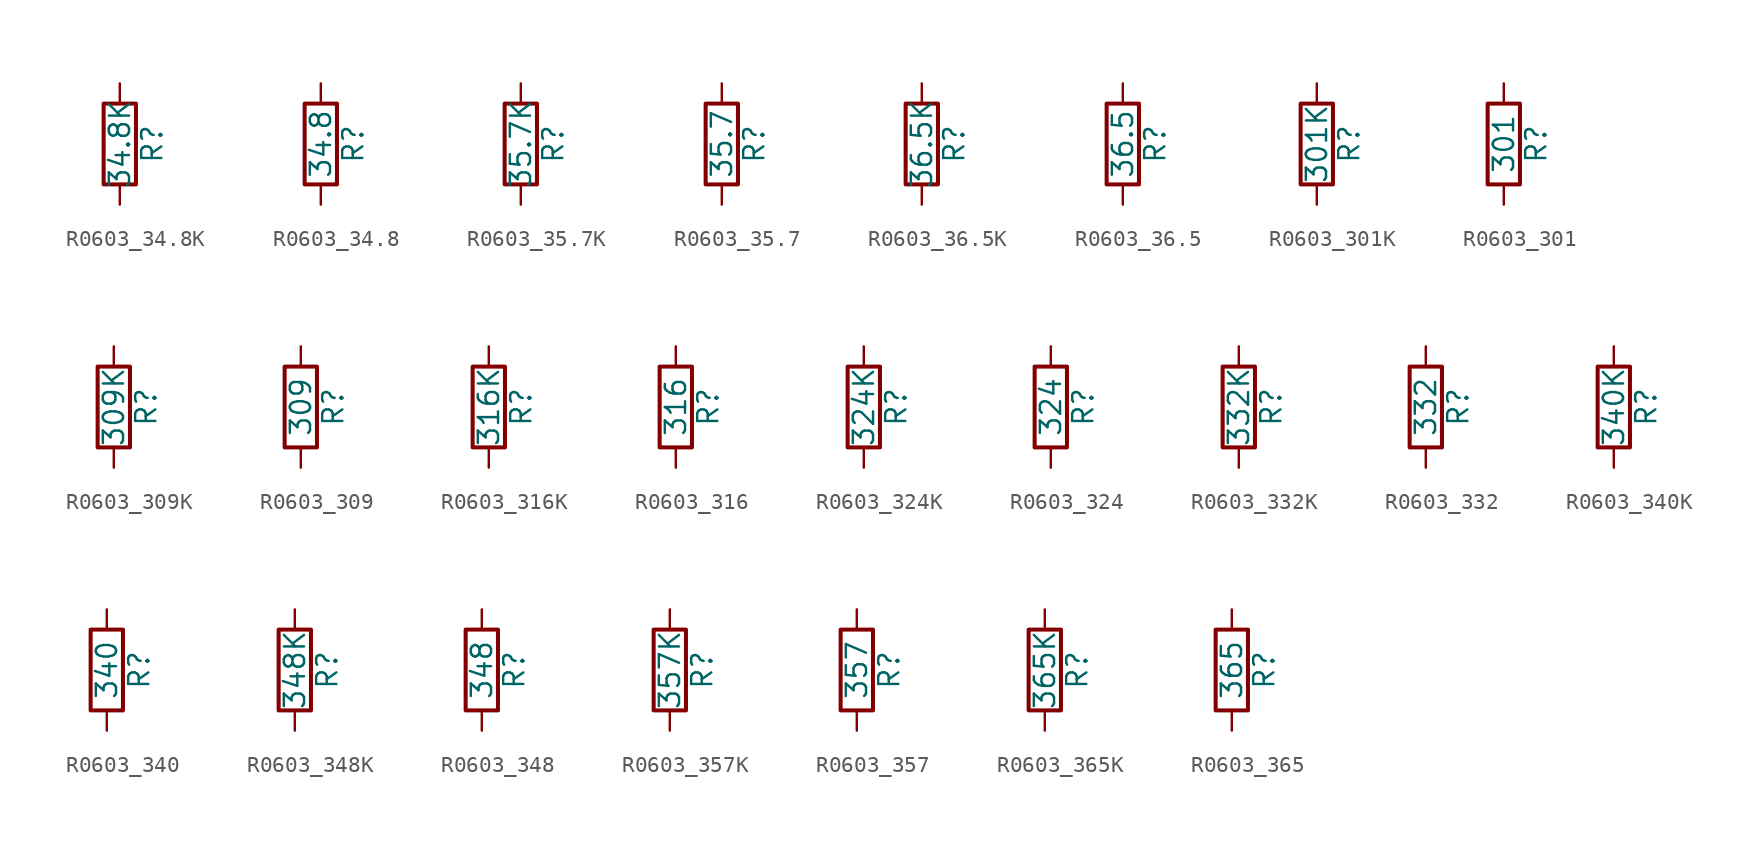
<source format=kicad_sym>
(kicad_symbol_lib
  (version 20211014)
  (generator atlantix-eda)
  (symbol "R0603_34.8K"
    (pin_numbers hide)
    (pin_names
      (offset 0))
    (property "Reference" "R"
      (at 2.032 0 90)
      (effects (font (size 1.27 1.27))))
    (property "Value" "34.8K"
      (at 0 0 90)
      (effects (font (size 1.27 1.27))))
    (symbol "R0603_34.8K_0_1"
      (rectangle (start -1.016 -2.54) (end 1.016 2.54) (stroke (width 0.254) (type default) (color 0 0 0 0)) (fill (type none))))
    (symbol "R0603_34.8K_1_1"
      (pin passive line (at 0 3.81 270) (length 1.27) (name "~" (effects (font (size 1.27 1.27)))) (number "1" (effects (font (size 1.27 1.27)))))
      (pin passive line (at 0 -3.81 90) (length 1.27) (name "~" (effects (font (size 1.27 1.27)))) (number "2" (effects (font (size 1.27 1.27)))))))
  (symbol "R0603_34.8"
    (pin_numbers hide)
    (pin_names
      (offset 0))
    (property "Reference" "R"
      (at 2.032 0 90)
      (effects (font (size 1.27 1.27))))
    (property "Value" "34.8"
      (at 0 0 90)
      (effects (font (size 1.27 1.27))))
    (symbol "R0603_34.8_0_1"
      (rectangle (start -1.016 -2.54) (end 1.016 2.54) (stroke (width 0.254) (type default) (color 0 0 0 0)) (fill (type none))))
    (symbol "R0603_34.8_1_1"
      (pin passive line (at 0 3.81 270) (length 1.27) (name "~" (effects (font (size 1.27 1.27)))) (number "1" (effects (font (size 1.27 1.27)))))
      (pin passive line (at 0 -3.81 90) (length 1.27) (name "~" (effects (font (size 1.27 1.27)))) (number "2" (effects (font (size 1.27 1.27)))))))
  (symbol "R0603_35.7K"
    (pin_numbers hide)
    (pin_names
      (offset 0))
    (property "Reference" "R"
      (at 2.032 0 90)
      (effects (font (size 1.27 1.27))))
    (property "Value" "35.7K"
      (at 0 0 90)
      (effects (font (size 1.27 1.27))))
    (symbol "R0603_35.7K_0_1"
      (rectangle (start -1.016 -2.54) (end 1.016 2.54) (stroke (width 0.254) (type default) (color 0 0 0 0)) (fill (type none))))
    (symbol "R0603_35.7K_1_1"
      (pin passive line (at 0 3.81 270) (length 1.27) (name "~" (effects (font (size 1.27 1.27)))) (number "1" (effects (font (size 1.27 1.27)))))
      (pin passive line (at 0 -3.81 90) (length 1.27) (name "~" (effects (font (size 1.27 1.27)))) (number "2" (effects (font (size 1.27 1.27)))))))
  (symbol "R0603_35.7"
    (pin_numbers hide)
    (pin_names
      (offset 0))
    (property "Reference" "R"
      (at 2.032 0 90)
      (effects (font (size 1.27 1.27))))
    (property "Value" "35.7"
      (at 0 0 90)
      (effects (font (size 1.27 1.27))))
    (symbol "R0603_35.7_0_1"
      (rectangle (start -1.016 -2.54) (end 1.016 2.54) (stroke (width 0.254) (type default) (color 0 0 0 0)) (fill (type none))))
    (symbol "R0603_35.7_1_1"
      (pin passive line (at 0 3.81 270) (length 1.27) (name "~" (effects (font (size 1.27 1.27)))) (number "1" (effects (font (size 1.27 1.27)))))
      (pin passive line (at 0 -3.81 90) (length 1.27) (name "~" (effects (font (size 1.27 1.27)))) (number "2" (effects (font (size 1.27 1.27)))))))
  (symbol "R0603_36.5K"
    (pin_numbers hide)
    (pin_names
      (offset 0))
    (property "Reference" "R"
      (at 2.032 0 90)
      (effects (font (size 1.27 1.27))))
    (property "Value" "36.5K"
      (at 0 0 90)
      (effects (font (size 1.27 1.27))))
    (symbol "R0603_36.5K_0_1"
      (rectangle (start -1.016 -2.54) (end 1.016 2.54) (stroke (width 0.254) (type default) (color 0 0 0 0)) (fill (type none))))
    (symbol "R0603_36.5K_1_1"
      (pin passive line (at 0 3.81 270) (length 1.27) (name "~" (effects (font (size 1.27 1.27)))) (number "1" (effects (font (size 1.27 1.27)))))
      (pin passive line (at 0 -3.81 90) (length 1.27) (name "~" (effects (font (size 1.27 1.27)))) (number "2" (effects (font (size 1.27 1.27)))))))
  (symbol "R0603_36.5"
    (pin_numbers hide)
    (pin_names
      (offset 0))
    (property "Reference" "R"
      (at 2.032 0 90)
      (effects (font (size 1.27 1.27))))
    (property "Value" "36.5"
      (at 0 0 90)
      (effects (font (size 1.27 1.27))))
    (symbol "R0603_36.5_0_1"
      (rectangle (start -1.016 -2.54) (end 1.016 2.54) (stroke (width 0.254) (type default) (color 0 0 0 0)) (fill (type none))))
    (symbol "R0603_36.5_1_1"
      (pin passive line (at 0 3.81 270) (length 1.27) (name "~" (effects (font (size 1.27 1.27)))) (number "1" (effects (font (size 1.27 1.27)))))
      (pin passive line (at 0 -3.81 90) (length 1.27) (name "~" (effects (font (size 1.27 1.27)))) (number "2" (effects (font (size 1.27 1.27)))))))
  (symbol "R0603_301K"
    (pin_numbers hide)
    (pin_names
      (offset 0))
    (property "Reference" "R"
      (at 2.032 0 90)
      (effects (font (size 1.27 1.27))))
    (property "Value" "301K"
      (at 0 0 90)
      (effects (font (size 1.27 1.27))))
    (symbol "R0603_301K_0_1"
      (rectangle (start -1.016 -2.54) (end 1.016 2.54) (stroke (width 0.254) (type default) (color 0 0 0 0)) (fill (type none))))
    (symbol "R0603_301K_1_1"
      (pin passive line (at 0 3.81 270) (length 1.27) (name "~" (effects (font (size 1.27 1.27)))) (number "1" (effects (font (size 1.27 1.27)))))
      (pin passive line (at 0 -3.81 90) (length 1.27) (name "~" (effects (font (size 1.27 1.27)))) (number "2" (effects (font (size 1.27 1.27)))))))
  (symbol "R0603_301"
    (pin_numbers hide)
    (pin_names
      (offset 0))
    (property "Reference" "R"
      (at 2.032 0 90)
      (effects (font (size 1.27 1.27))))
    (property "Value" "301"
      (at 0 0 90)
      (effects (font (size 1.27 1.27))))
    (symbol "R0603_301_0_1"
      (rectangle (start -1.016 -2.54) (end 1.016 2.54) (stroke (width 0.254) (type default) (color 0 0 0 0)) (fill (type none))))
    (symbol "R0603_301_1_1"
      (pin passive line (at 0 3.81 270) (length 1.27) (name "~" (effects (font (size 1.27 1.27)))) (number "1" (effects (font (size 1.27 1.27)))))
      (pin passive line (at 0 -3.81 90) (length 1.27) (name "~" (effects (font (size 1.27 1.27)))) (number "2" (effects (font (size 1.27 1.27)))))))
  (symbol "R0603_309K"
    (pin_numbers hide)
    (pin_names
      (offset 0))
    (property "Reference" "R"
      (at 2.032 0 90)
      (effects (font (size 1.27 1.27))))
    (property "Value" "309K"
      (at 0 0 90)
      (effects (font (size 1.27 1.27))))
    (symbol "R0603_309K_0_1"
      (rectangle (start -1.016 -2.54) (end 1.016 2.54) (stroke (width 0.254) (type default) (color 0 0 0 0)) (fill (type none))))
    (symbol "R0603_309K_1_1"
      (pin passive line (at 0 3.81 270) (length 1.27) (name "~" (effects (font (size 1.27 1.27)))) (number "1" (effects (font (size 1.27 1.27)))))
      (pin passive line (at 0 -3.81 90) (length 1.27) (name "~" (effects (font (size 1.27 1.27)))) (number "2" (effects (font (size 1.27 1.27)))))))
  (symbol "R0603_309"
    (pin_numbers hide)
    (pin_names
      (offset 0))
    (property "Reference" "R"
      (at 2.032 0 90)
      (effects (font (size 1.27 1.27))))
    (property "Value" "309"
      (at 0 0 90)
      (effects (font (size 1.27 1.27))))
    (symbol "R0603_309_0_1"
      (rectangle (start -1.016 -2.54) (end 1.016 2.54) (stroke (width 0.254) (type default) (color 0 0 0 0)) (fill (type none))))
    (symbol "R0603_309_1_1"
      (pin passive line (at 0 3.81 270) (length 1.27) (name "~" (effects (font (size 1.27 1.27)))) (number "1" (effects (font (size 1.27 1.27)))))
      (pin passive line (at 0 -3.81 90) (length 1.27) (name "~" (effects (font (size 1.27 1.27)))) (number "2" (effects (font (size 1.27 1.27)))))))
  (symbol "R0603_316K"
    (pin_numbers hide)
    (pin_names
      (offset 0))
    (property "Reference" "R"
      (at 2.032 0 90)
      (effects (font (size 1.27 1.27))))
    (property "Value" "316K"
      (at 0 0 90)
      (effects (font (size 1.27 1.27))))
    (symbol "R0603_316K_0_1"
      (rectangle (start -1.016 -2.54) (end 1.016 2.54) (stroke (width 0.254) (type default) (color 0 0 0 0)) (fill (type none))))
    (symbol "R0603_316K_1_1"
      (pin passive line (at 0 3.81 270) (length 1.27) (name "~" (effects (font (size 1.27 1.27)))) (number "1" (effects (font (size 1.27 1.27)))))
      (pin passive line (at 0 -3.81 90) (length 1.27) (name "~" (effects (font (size 1.27 1.27)))) (number "2" (effects (font (size 1.27 1.27)))))))
  (symbol "R0603_316"
    (pin_numbers hide)
    (pin_names
      (offset 0))
    (property "Reference" "R"
      (at 2.032 0 90)
      (effects (font (size 1.27 1.27))))
    (property "Value" "316"
      (at 0 0 90)
      (effects (font (size 1.27 1.27))))
    (symbol "R0603_316_0_1"
      (rectangle (start -1.016 -2.54) (end 1.016 2.54) (stroke (width 0.254) (type default) (color 0 0 0 0)) (fill (type none))))
    (symbol "R0603_316_1_1"
      (pin passive line (at 0 3.81 270) (length 1.27) (name "~" (effects (font (size 1.27 1.27)))) (number "1" (effects (font (size 1.27 1.27)))))
      (pin passive line (at 0 -3.81 90) (length 1.27) (name "~" (effects (font (size 1.27 1.27)))) (number "2" (effects (font (size 1.27 1.27)))))))
  (symbol "R0603_324K"
    (pin_numbers hide)
    (pin_names
      (offset 0))
    (property "Reference" "R"
      (at 2.032 0 90)
      (effects (font (size 1.27 1.27))))
    (property "Value" "324K"
      (at 0 0 90)
      (effects (font (size 1.27 1.27))))
    (symbol "R0603_324K_0_1"
      (rectangle (start -1.016 -2.54) (end 1.016 2.54) (stroke (width 0.254) (type default) (color 0 0 0 0)) (fill (type none))))
    (symbol "R0603_324K_1_1"
      (pin passive line (at 0 3.81 270) (length 1.27) (name "~" (effects (font (size 1.27 1.27)))) (number "1" (effects (font (size 1.27 1.27)))))
      (pin passive line (at 0 -3.81 90) (length 1.27) (name "~" (effects (font (size 1.27 1.27)))) (number "2" (effects (font (size 1.27 1.27)))))))
  (symbol "R0603_324"
    (pin_numbers hide)
    (pin_names
      (offset 0))
    (property "Reference" "R"
      (at 2.032 0 90)
      (effects (font (size 1.27 1.27))))
    (property "Value" "324"
      (at 0 0 90)
      (effects (font (size 1.27 1.27))))
    (symbol "R0603_324_0_1"
      (rectangle (start -1.016 -2.54) (end 1.016 2.54) (stroke (width 0.254) (type default) (color 0 0 0 0)) (fill (type none))))
    (symbol "R0603_324_1_1"
      (pin passive line (at 0 3.81 270) (length 1.27) (name "~" (effects (font (size 1.27 1.27)))) (number "1" (effects (font (size 1.27 1.27)))))
      (pin passive line (at 0 -3.81 90) (length 1.27) (name "~" (effects (font (size 1.27 1.27)))) (number "2" (effects (font (size 1.27 1.27)))))))
  (symbol "R0603_332K"
    (pin_numbers hide)
    (pin_names
      (offset 0))
    (property "Reference" "R"
      (at 2.032 0 90)
      (effects (font (size 1.27 1.27))))
    (property "Value" "332K"
      (at 0 0 90)
      (effects (font (size 1.27 1.27))))
    (symbol "R0603_332K_0_1"
      (rectangle (start -1.016 -2.54) (end 1.016 2.54) (stroke (width 0.254) (type default) (color 0 0 0 0)) (fill (type none))))
    (symbol "R0603_332K_1_1"
      (pin passive line (at 0 3.81 270) (length 1.27) (name "~" (effects (font (size 1.27 1.27)))) (number "1" (effects (font (size 1.27 1.27)))))
      (pin passive line (at 0 -3.81 90) (length 1.27) (name "~" (effects (font (size 1.27 1.27)))) (number "2" (effects (font (size 1.27 1.27)))))))
  (symbol "R0603_332"
    (pin_numbers hide)
    (pin_names
      (offset 0))
    (property "Reference" "R"
      (at 2.032 0 90)
      (effects (font (size 1.27 1.27))))
    (property "Value" "332"
      (at 0 0 90)
      (effects (font (size 1.27 1.27))))
    (symbol "R0603_332_0_1"
      (rectangle (start -1.016 -2.54) (end 1.016 2.54) (stroke (width 0.254) (type default) (color 0 0 0 0)) (fill (type none))))
    (symbol "R0603_332_1_1"
      (pin passive line (at 0 3.81 270) (length 1.27) (name "~" (effects (font (size 1.27 1.27)))) (number "1" (effects (font (size 1.27 1.27)))))
      (pin passive line (at 0 -3.81 90) (length 1.27) (name "~" (effects (font (size 1.27 1.27)))) (number "2" (effects (font (size 1.27 1.27)))))))
  (symbol "R0603_340K"
    (pin_numbers hide)
    (pin_names
      (offset 0))
    (property "Reference" "R"
      (at 2.032 0 90)
      (effects (font (size 1.27 1.27))))
    (property "Value" "340K"
      (at 0 0 90)
      (effects (font (size 1.27 1.27))))
    (symbol "R0603_340K_0_1"
      (rectangle (start -1.016 -2.54) (end 1.016 2.54) (stroke (width 0.254) (type default) (color 0 0 0 0)) (fill (type none))))
    (symbol "R0603_340K_1_1"
      (pin passive line (at 0 3.81 270) (length 1.27) (name "~" (effects (font (size 1.27 1.27)))) (number "1" (effects (font (size 1.27 1.27)))))
      (pin passive line (at 0 -3.81 90) (length 1.27) (name "~" (effects (font (size 1.27 1.27)))) (number "2" (effects (font (size 1.27 1.27)))))))
  (symbol "R0603_340"
    (pin_numbers hide)
    (pin_names
      (offset 0))
    (property "Reference" "R"
      (at 2.032 0 90)
      (effects (font (size 1.27 1.27))))
    (property "Value" "340"
      (at 0 0 90)
      (effects (font (size 1.27 1.27))))
    (symbol "R0603_340_0_1"
      (rectangle (start -1.016 -2.54) (end 1.016 2.54) (stroke (width 0.254) (type default) (color 0 0 0 0)) (fill (type none))))
    (symbol "R0603_340_1_1"
      (pin passive line (at 0 3.81 270) (length 1.27) (name "~" (effects (font (size 1.27 1.27)))) (number "1" (effects (font (size 1.27 1.27)))))
      (pin passive line (at 0 -3.81 90) (length 1.27) (name "~" (effects (font (size 1.27 1.27)))) (number "2" (effects (font (size 1.27 1.27)))))))
  (symbol "R0603_348K"
    (pin_numbers hide)
    (pin_names
      (offset 0))
    (property "Reference" "R"
      (at 2.032 0 90)
      (effects (font (size 1.27 1.27))))
    (property "Value" "348K"
      (at 0 0 90)
      (effects (font (size 1.27 1.27))))
    (symbol "R0603_348K_0_1"
      (rectangle (start -1.016 -2.54) (end 1.016 2.54) (stroke (width 0.254) (type default) (color 0 0 0 0)) (fill (type none))))
    (symbol "R0603_348K_1_1"
      (pin passive line (at 0 3.81 270) (length 1.27) (name "~" (effects (font (size 1.27 1.27)))) (number "1" (effects (font (size 1.27 1.27)))))
      (pin passive line (at 0 -3.81 90) (length 1.27) (name "~" (effects (font (size 1.27 1.27)))) (number "2" (effects (font (size 1.27 1.27)))))))
  (symbol "R0603_348"
    (pin_numbers hide)
    (pin_names
      (offset 0))
    (property "Reference" "R"
      (at 2.032 0 90)
      (effects (font (size 1.27 1.27))))
    (property "Value" "348"
      (at 0 0 90)
      (effects (font (size 1.27 1.27))))
    (symbol "R0603_348_0_1"
      (rectangle (start -1.016 -2.54) (end 1.016 2.54) (stroke (width 0.254) (type default) (color 0 0 0 0)) (fill (type none))))
    (symbol "R0603_348_1_1"
      (pin passive line (at 0 3.81 270) (length 1.27) (name "~" (effects (font (size 1.27 1.27)))) (number "1" (effects (font (size 1.27 1.27)))))
      (pin passive line (at 0 -3.81 90) (length 1.27) (name "~" (effects (font (size 1.27 1.27)))) (number "2" (effects (font (size 1.27 1.27)))))))
  (symbol "R0603_357K"
    (pin_numbers hide)
    (pin_names
      (offset 0))
    (property "Reference" "R"
      (at 2.032 0 90)
      (effects (font (size 1.27 1.27))))
    (property "Value" "357K"
      (at 0 0 90)
      (effects (font (size 1.27 1.27))))
    (symbol "R0603_357K_0_1"
      (rectangle (start -1.016 -2.54) (end 1.016 2.54) (stroke (width 0.254) (type default) (color 0 0 0 0)) (fill (type none))))
    (symbol "R0603_357K_1_1"
      (pin passive line (at 0 3.81 270) (length 1.27) (name "~" (effects (font (size 1.27 1.27)))) (number "1" (effects (font (size 1.27 1.27)))))
      (pin passive line (at 0 -3.81 90) (length 1.27) (name "~" (effects (font (size 1.27 1.27)))) (number "2" (effects (font (size 1.27 1.27)))))))
  (symbol "R0603_357"
    (pin_numbers hide)
    (pin_names
      (offset 0))
    (property "Reference" "R"
      (at 2.032 0 90)
      (effects (font (size 1.27 1.27))))
    (property "Value" "357"
      (at 0 0 90)
      (effects (font (size 1.27 1.27))))
    (symbol "R0603_357_0_1"
      (rectangle (start -1.016 -2.54) (end 1.016 2.54) (stroke (width 0.254) (type default) (color 0 0 0 0)) (fill (type none))))
    (symbol "R0603_357_1_1"
      (pin passive line (at 0 3.81 270) (length 1.27) (name "~" (effects (font (size 1.27 1.27)))) (number "1" (effects (font (size 1.27 1.27)))))
      (pin passive line (at 0 -3.81 90) (length 1.27) (name "~" (effects (font (size 1.27 1.27)))) (number "2" (effects (font (size 1.27 1.27)))))))
  (symbol "R0603_365K"
    (pin_numbers hide)
    (pin_names
      (offset 0))
    (property "Reference" "R"
      (at 2.032 0 90)
      (effects (font (size 1.27 1.27))))
    (property "Value" "365K"
      (at 0 0 90)
      (effects (font (size 1.27 1.27))))
    (symbol "R0603_365K_0_1"
      (rectangle (start -1.016 -2.54) (end 1.016 2.54) (stroke (width 0.254) (type default) (color 0 0 0 0)) (fill (type none))))
    (symbol "R0603_365K_1_1"
      (pin passive line (at 0 3.81 270) (length 1.27) (name "~" (effects (font (size 1.27 1.27)))) (number "1" (effects (font (size 1.27 1.27)))))
      (pin passive line (at 0 -3.81 90) (length 1.27) (name "~" (effects (font (size 1.27 1.27)))) (number "2" (effects (font (size 1.27 1.27)))))))
  (symbol "R0603_365"
    (pin_numbers hide)
    (pin_names
      (offset 0))
    (property "Reference" "R"
      (at 2.032 0 90)
      (effects (font (size 1.27 1.27))))
    (property "Value" "365"
      (at 0 0 90)
      (effects (font (size 1.27 1.27))))
    (symbol "R0603_365_0_1"
      (rectangle (start -1.016 -2.54) (end 1.016 2.54) (stroke (width 0.254) (type default) (color 0 0 0 0)) (fill (type none))))
    (symbol "R0603_365_1_1"
      (pin passive line (at 0 3.81 270) (length 1.27) (name "~" (effects (font (size 1.27 1.27)))) (number "1" (effects (font (size 1.27 1.27)))))
      (pin passive line (at 0 -3.81 90) (length 1.27) (name "~" (effects (font (size 1.27 1.27)))) (number "2" (effects (font (size 1.27 1.27))))))))
</source>
